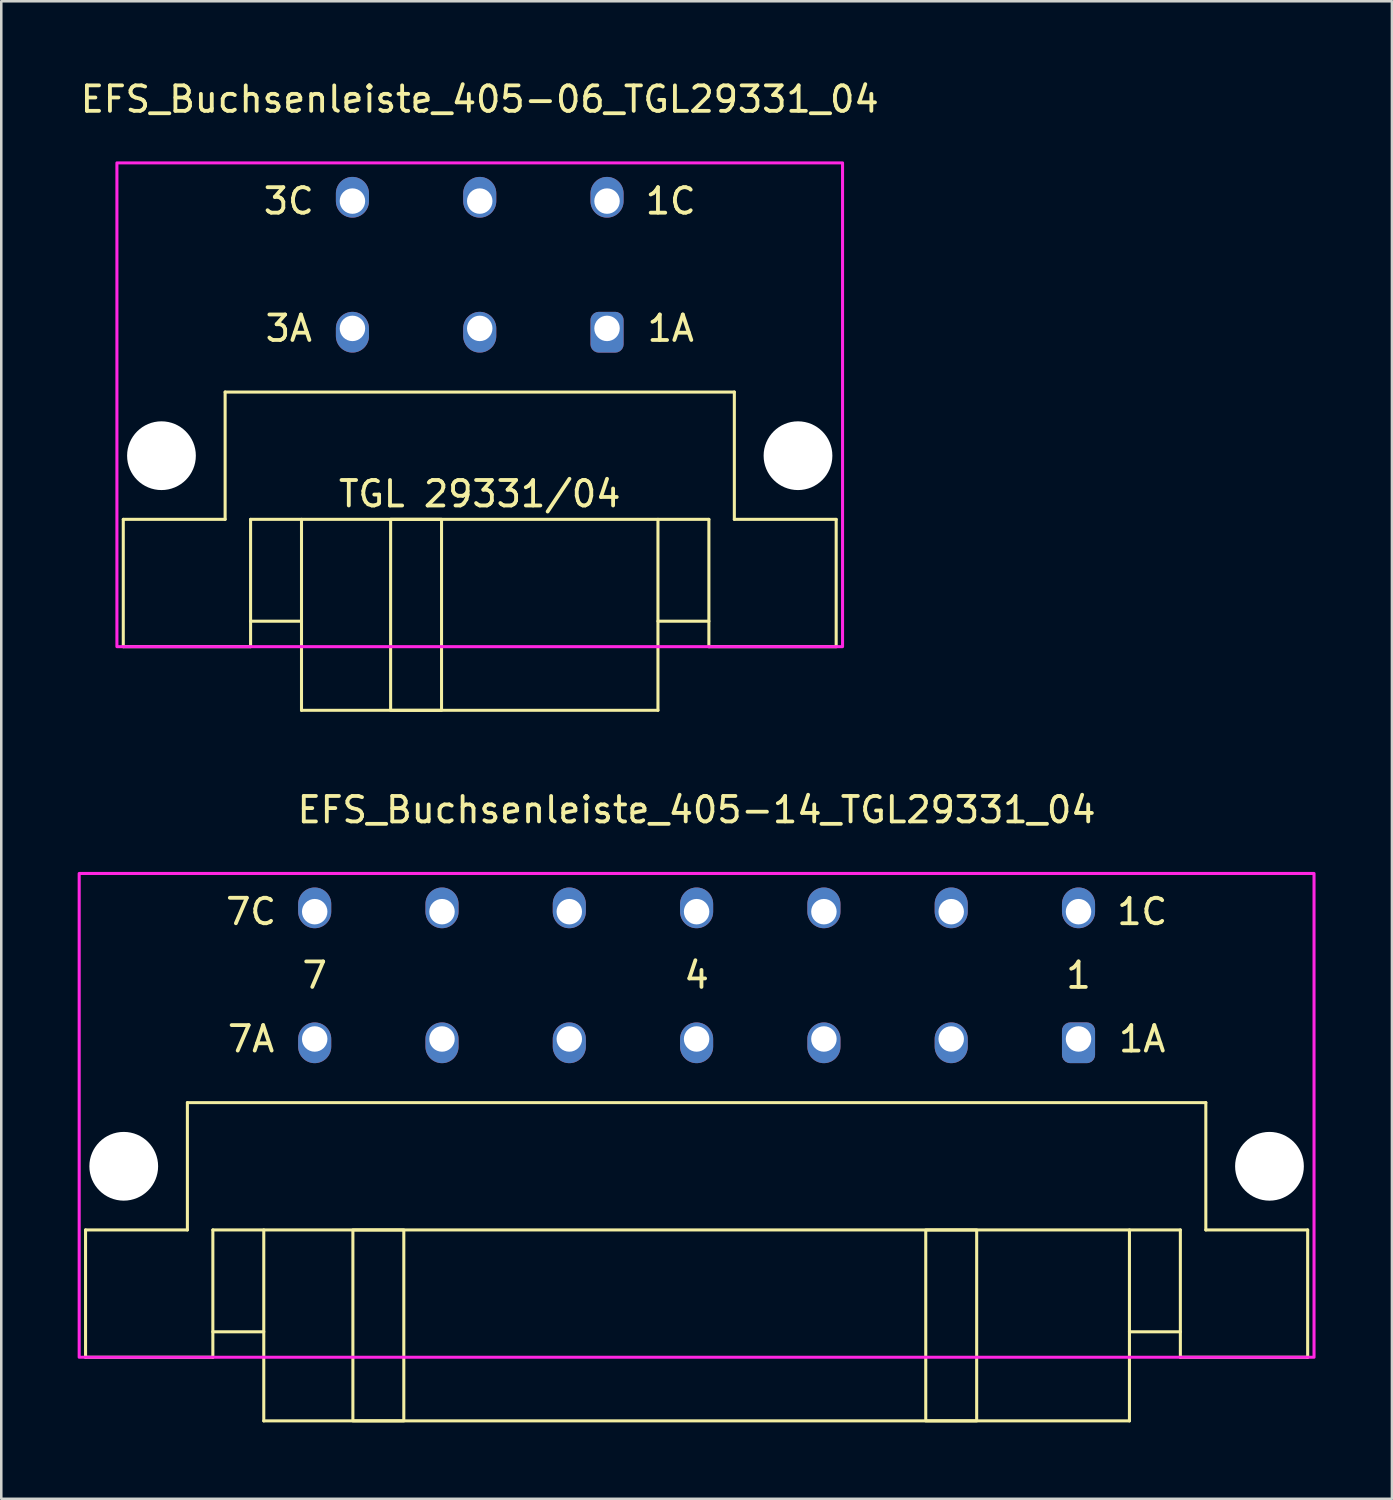
<source format=kicad_pcb>
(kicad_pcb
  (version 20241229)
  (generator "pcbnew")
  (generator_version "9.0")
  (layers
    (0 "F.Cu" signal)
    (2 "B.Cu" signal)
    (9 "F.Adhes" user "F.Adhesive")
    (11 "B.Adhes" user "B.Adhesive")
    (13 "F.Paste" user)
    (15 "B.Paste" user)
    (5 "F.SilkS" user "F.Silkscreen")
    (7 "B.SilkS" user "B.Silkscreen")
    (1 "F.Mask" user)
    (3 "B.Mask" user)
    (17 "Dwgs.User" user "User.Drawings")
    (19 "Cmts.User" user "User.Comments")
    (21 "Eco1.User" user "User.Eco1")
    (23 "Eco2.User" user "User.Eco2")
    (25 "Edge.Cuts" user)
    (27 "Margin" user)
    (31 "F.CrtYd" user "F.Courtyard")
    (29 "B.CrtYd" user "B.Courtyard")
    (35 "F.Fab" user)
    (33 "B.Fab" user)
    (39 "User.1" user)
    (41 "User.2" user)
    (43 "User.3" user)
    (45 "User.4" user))
  (footprint "EFS_Buchsenleiste_405-14_TGL29331_04"
    (layer "F.Cu")
    (at 24.31 50.257)
    (property "Reference" "EFS_Buchsenleiste_405-14_TGL29331_04" (at 0 -21.5 0) (layer "F.SilkS") (effects (font (size 1 1) (thickness 0.15))))
    (attr through_hole)
    (fp_line (start -24 -5) (end -24 0) (stroke (width 0.12) (type solid)) (layer "F.SilkS"))
    (fp_line (start -24 -5) (end -20 -5) (stroke (width 0.12) (type solid)) (layer "F.SilkS"))
    (fp_line (start -24 0) (end -19 0) (stroke (width 0.12) (type solid)) (layer "F.SilkS"))
    (fp_line (start -20 -10) (end -20 -5) (stroke (width 0.12) (type solid)) (layer "F.SilkS"))
    (fp_line (start -19 -5) (end -19 0) (stroke (width 0.12) (type solid)) (layer "F.SilkS"))
    (fp_line (start -19 -5) (end 19 -5) (stroke (width 0.12) (type solid)) (layer "F.SilkS"))
    (fp_line (start -17 -1) (end -19 -1) (stroke (width 0.12) (type solid)) (layer "F.SilkS"))
    (fp_line (start -17 2.5) (end -17 -5) (stroke (width 0.12) (type solid)) (layer "F.SilkS"))
    (fp_line (start -17 2.5) (end 17 2.5) (stroke (width 0.12) (type solid)) (layer "F.SilkS"))
    (fp_line (start 17 2.5) (end 17 -5) (stroke (width 0.12) (type solid)) (layer "F.SilkS"))
    (fp_line (start 19 -5) (end 19 0) (stroke (width 0.12) (type solid)) (layer "F.SilkS"))
    (fp_line (start 19 -1) (end 17 -1) (stroke (width 0.12) (type solid)) (layer "F.SilkS"))
    (fp_line (start 19 0) (end 24 0) (stroke (width 0.12) (type solid)) (layer "F.SilkS"))
    (fp_line (start 20 -10) (end -20 -10) (stroke (width 0.12) (type solid)) (layer "F.SilkS"))
    (fp_line (start 20 -10) (end 20 -5) (stroke (width 0.12) (type solid)) (layer "F.SilkS"))
    (fp_line (start 20 -5) (end 24 -5) (stroke (width 0.12) (type solid)) (layer "F.SilkS"))
    (fp_line (start 24 -5) (end 24 0) (stroke (width 0.12) (type solid)) (layer "F.SilkS"))
    (fp_rect (start -13.5 -5) (end -11.5 2.5) (stroke (width 0.12) (type solid)) (fill no) (layer "F.SilkS"))
    (fp_rect (start 9 -5) (end 11 2.5) (stroke (width 0.12) (type solid)) (fill no) (layer "F.SilkS"))
    (fp_rect (start -24.25 -19) (end 24.25 0) (stroke (width 0.12) (type solid)) (fill no) (layer "F.CrtYd"))
    (fp_text user "1C" (at 17.5 -17.5 180) (layer "F.SilkS") (effects (font (size 1 1) (thickness 0.15))))
    (fp_text user "1A" (at 17.5 -12.5 180) (layer "F.SilkS") (effects (font (size 1 1) (thickness 0.15))))
    (fp_text user "7A" (at -17.5 -12.5 180) (layer "F.SilkS") (effects (font (size 1 1) (thickness 0.15))))
    (fp_text user "4" (at 0 -15 180) (layer "F.SilkS") (effects (font (size 1 1) (thickness 0.15))))
    (fp_text user "1" (at 15 -15 180) (layer "F.SilkS") (effects (font (size 1 1) (thickness 0.15))))
    (fp_text user "7" (at -15 -15 180) (layer "F.SilkS") (effects (font (size 1 1) (thickness 0.15))))
    (fp_text user "7C" (at -17.5 -17.5 180) (layer "F.SilkS") (effects (font (size 1 1) (thickness 0.15))))
    (pad "" np_thru_hole circle (at -22.5 -7.5 180) (size 2.7 2.7) (drill 2.7) (layers "*.Cu" "*.Mask"))
    (pad "" np_thru_hole circle (at 22.5 -7.5 180) (size 2.7 2.7) (drill 2.7) (layers "*.Cu" "*.Mask"))
    (pad "1a" thru_hole roundrect (at 15 -12.5 180) (size 1.3 1.6) (drill 1 (offset 0 -0.15)) (layers "*.Cu" "*.Mask") (roundrect_rratio 0.25))
    (pad "1c" thru_hole oval (at 15 -17.5 180) (size 1.3 1.6) (drill 1 (offset 0 0.15)) (layers "*.Cu" "*.Mask"))
    (pad "2a" thru_hole oval (at 10 -12.5 180) (size 1.3 1.6) (drill 1 (offset 0 -0.15)) (layers "*.Cu" "*.Mask"))
    (pad "2c" thru_hole oval (at 10 -17.5 180) (size 1.3 1.6) (drill 1 (offset 0 0.15)) (layers "*.Cu" "*.Mask"))
    (pad "3a" thru_hole oval (at 5 -12.5 180) (size 1.3 1.6) (drill 1 (offset 0 -0.15)) (layers "*.Cu" "*.Mask"))
    (pad "3c" thru_hole oval (at 5 -17.5 180) (size 1.3 1.6) (drill 1 (offset 0 0.15)) (layers "*.Cu" "*.Mask"))
    (pad "4a" thru_hole oval (at 0 -12.5 180) (size 1.3 1.6) (drill 1 (offset 0 -0.15)) (layers "*.Cu" "*.Mask"))
    (pad "4c" thru_hole oval (at 0 -17.5 180) (size 1.3 1.6) (drill 1 (offset 0 0.15)) (layers "*.Cu" "*.Mask"))
    (pad "5a" thru_hole oval (at -5 -12.5 180) (size 1.3 1.6) (drill 1 (offset 0 -0.15)) (layers "*.Cu" "*.Mask"))
    (pad "5c" thru_hole oval (at -5 -17.5 180) (size 1.3 1.6) (drill 1 (offset 0 0.15)) (layers "*.Cu" "*.Mask"))
    (pad "6a" thru_hole oval (at -10 -12.5 180) (size 1.3 1.6) (drill 1 (offset 0 -0.15)) (layers "*.Cu" "*.Mask"))
    (pad "6c" thru_hole oval (at -10 -17.5 180) (size 1.3 1.6) (drill 1 (offset 0 0.15)) (layers "*.Cu" "*.Mask"))
    (pad "7a" thru_hole oval (at -15 -12.5 180) (size 1.3 1.6) (drill 1 (offset 0 -0.15)) (layers "*.Cu" "*.Mask"))
    (pad "7c" thru_hole oval (at -15 -17.5 180) (size 1.3 1.6) (drill 1 (offset 0 0.15)) (layers "*.Cu" "*.Mask")))
  (footprint "EFS_Buchsenleiste_405-06_TGL29331_04"
    (layer "F.Cu")
    (at 15.792 22.348)
    (property "Reference" "EFS_Buchsenleiste_405-06_TGL29331_04" (at 0 -21.5 0) (layer "F.SilkS") (effects (font (size 1 1) (thickness 0.15))))
    (attr through_hole)
    (fp_line (start -14 -5) (end -14 0) (stroke (width 0.12) (type solid)) (layer "F.SilkS"))
    (fp_line (start -14 -5) (end -10 -5) (stroke (width 0.12) (type solid)) (layer "F.SilkS"))
    (fp_line (start -14 0) (end -9 0) (stroke (width 0.12) (type solid)) (layer "F.SilkS"))
    (fp_line (start -10 -10) (end -10 -5) (stroke (width 0.12) (type solid)) (layer "F.SilkS"))
    (fp_line (start -9 -5) (end -9 0) (stroke (width 0.12) (type solid)) (layer "F.SilkS"))
    (fp_line (start -9 -5) (end 9 -5) (stroke (width 0.12) (type solid)) (layer "F.SilkS"))
    (fp_line (start -7 -1) (end -9 -1) (stroke (width 0.12) (type solid)) (layer "F.SilkS"))
    (fp_line (start -7 2.5) (end -7 -5) (stroke (width 0.12) (type solid)) (layer "F.SilkS"))
    (fp_line (start -7 2.5) (end 7 2.5) (stroke (width 0.12) (type solid)) (layer "F.SilkS"))
    (fp_line (start 7 2.5) (end 7 -5) (stroke (width 0.12) (type solid)) (layer "F.SilkS"))
    (fp_line (start 9 -5) (end 9 0) (stroke (width 0.12) (type solid)) (layer "F.SilkS"))
    (fp_line (start 9 -1) (end 7 -1) (stroke (width 0.12) (type solid)) (layer "F.SilkS"))
    (fp_line (start 9 0) (end 14 0) (stroke (width 0.12) (type solid)) (layer "F.SilkS"))
    (fp_line (start 10 -10) (end -10 -10) (stroke (width 0.12) (type solid)) (layer "F.SilkS"))
    (fp_line (start 10 -10) (end 10 -5) (stroke (width 0.12) (type solid)) (layer "F.SilkS"))
    (fp_line (start 10 -5) (end 14 -5) (stroke (width 0.12) (type solid)) (layer "F.SilkS"))
    (fp_line (start 14 -5) (end 14 0) (stroke (width 0.12) (type solid)) (layer "F.SilkS"))
    (fp_rect (start -3.5 -5) (end -1.5 2.5) (stroke (width 0.12) (type solid)) (fill no) (layer "F.SilkS"))
    (fp_rect (start -14.25 -19) (end 14.25 0) (stroke (width 0.12) (type solid)) (fill no) (layer "F.CrtYd"))
    (fp_text user "1C" (at 7.5 -17.5 180) (layer "F.SilkS") (effects (font (size 1 1) (thickness 0.15))))
    (fp_text user "1A" (at 7.5 -12.5 180) (layer "F.SilkS") (effects (font (size 1 1) (thickness 0.15))))
    (fp_text user "3C" (at -7.5 -17.5 180) (layer "F.SilkS") (effects (font (size 1 1) (thickness 0.15))))
    (fp_text user "3A" (at -7.5 -12.5 180) (layer "F.SilkS") (effects (font (size 1 1) (thickness 0.15))))
    (fp_text user "TGL 29331/04" (at 0 -6 0) (unlocked yes) (layer "F.SilkS") (effects (font (size 1 1) (thickness 0.15))))
    (pad "" np_thru_hole circle (at -12.5 -7.5 180) (size 2.7 2.7) (drill 2.7) (layers "*.Cu" "*.Mask"))
    (pad "" np_thru_hole circle (at 12.5 -7.5 180) (size 2.7 2.7) (drill 2.7) (layers "*.Cu" "*.Mask"))
    (pad "1a" thru_hole roundrect (at 5 -12.5 180) (size 1.3 1.6) (drill 1 (offset 0 -0.15)) (layers "*.Cu" "*.Mask") (roundrect_rratio 0.25))
    (pad "1c" thru_hole oval (at 5 -17.5 180) (size 1.3 1.6) (drill 1 (offset 0 0.15)) (layers "*.Cu" "*.Mask"))
    (pad "2a" thru_hole oval (at 0 -12.5 180) (size 1.3 1.6) (drill 1 (offset 0 -0.15)) (layers "*.Cu" "*.Mask"))
    (pad "2c" thru_hole oval (at 0 -17.5 180) (size 1.3 1.6) (drill 1 (offset 0 0.15)) (layers "*.Cu" "*.Mask"))
    (pad "3a" thru_hole oval (at -5 -12.5 180) (size 1.3 1.6) (drill 1 (offset 0 -0.15)) (layers "*.Cu" "*.Mask"))
    (pad "3c" thru_hole oval (at -5 -17.5 180) (size 1.3 1.6) (drill 1 (offset 0 0.15)) (layers "*.Cu" "*.Mask")))
  (gr_rect
    (start -3 -3)
    (end 51.62 55.816)
    (stroke (width 0.1) (type default))
    (fill no)
    (layer "Edge.Cuts")))
</source>
